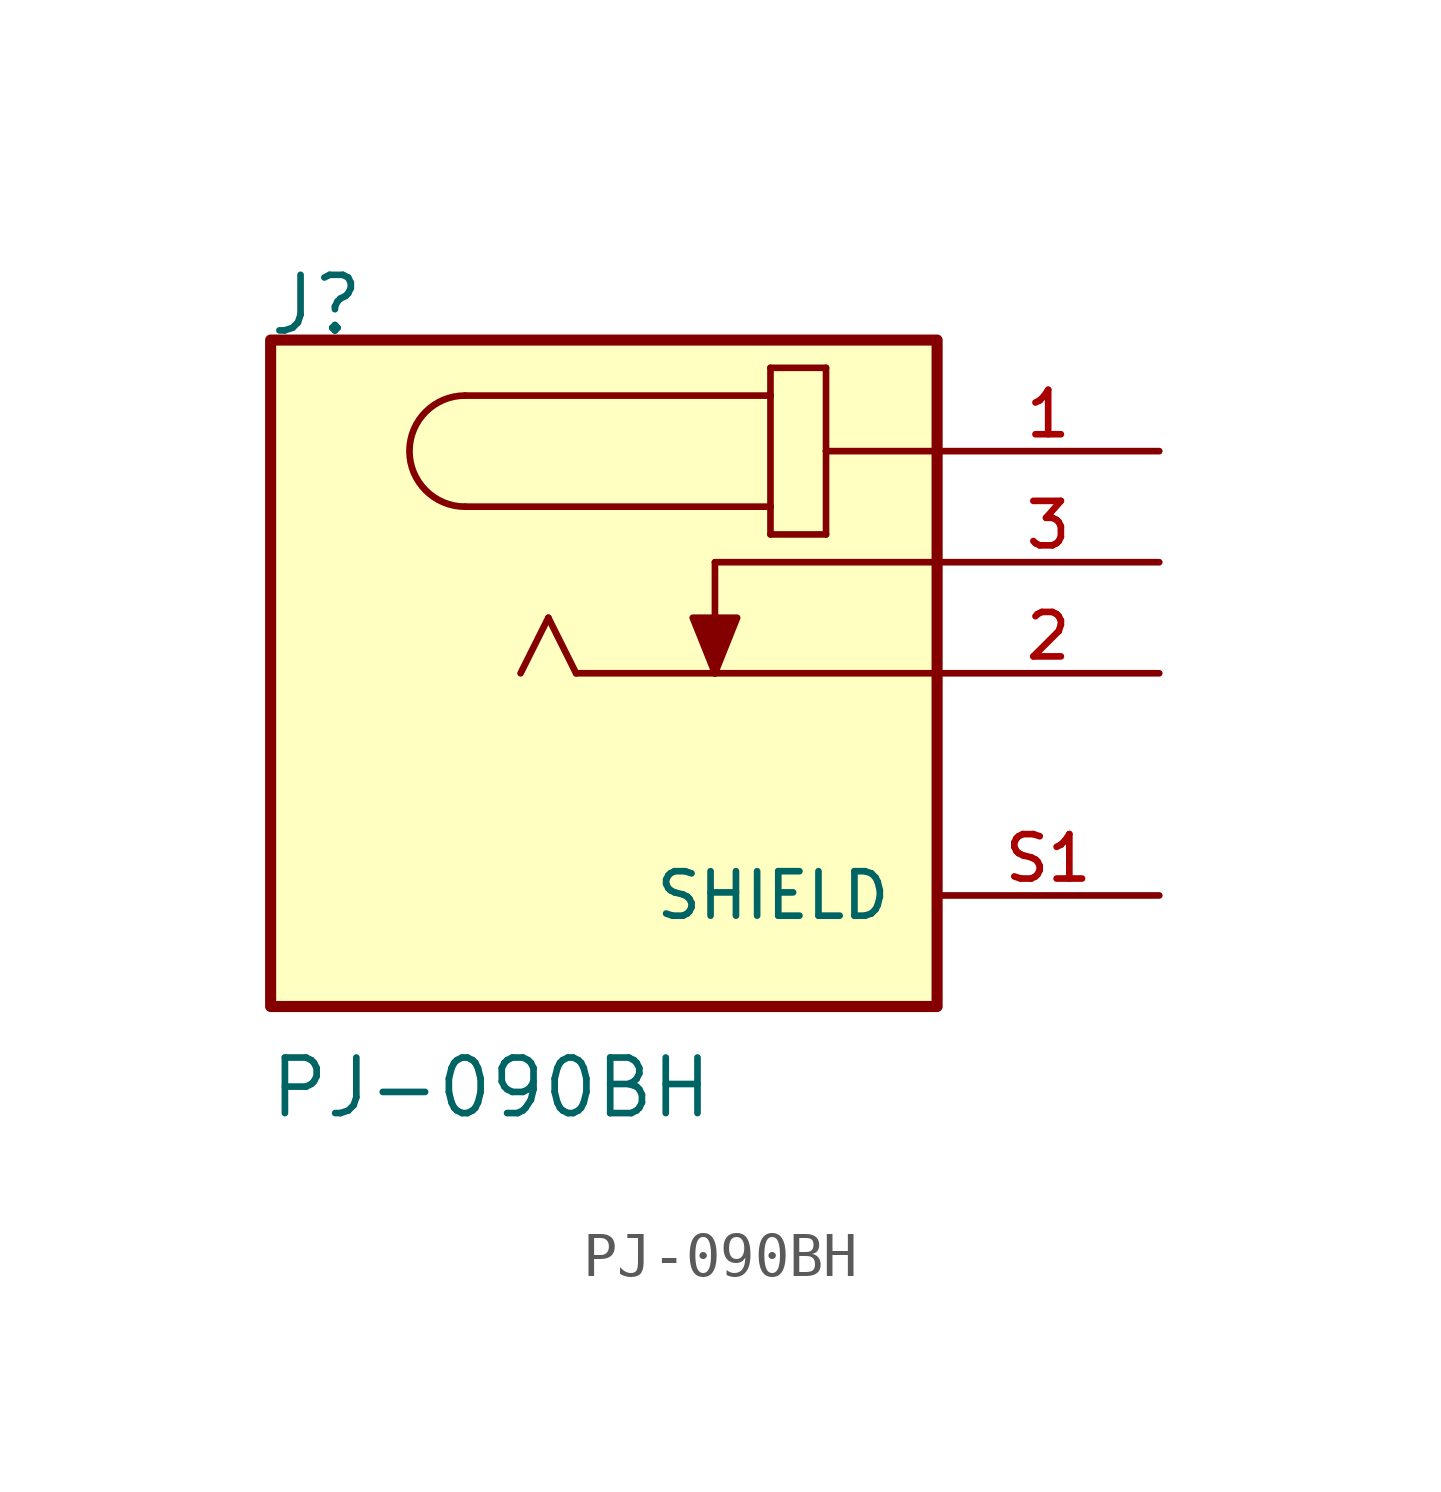
<source format=kicad_sym>
(kicad_symbol_lib
  (version 20211014)
  (generator kicad_symbol_editor)
  (symbol "PJ-090BH"
    (pin_names
      (offset 1.016))
    (property "Reference" "J"
      (at -7.701 7.678 0)
      (effects (font (size 1.27 1.27)) (justify bottom left)))
    (property "Value" "PJ-090BH"
      (at -7.696 -10.22 0)
      (effects (font (size 1.27 1.27)) (justify bottom left)))
    (symbol "PJ-090BH_0_0"
      (arc (start -3.175 6.35) (mid -4.445 5.08) (end -3.175 3.81) (stroke (width 0.1524) (type default) (color 0 0 0 0)) (fill (type none)))
      (polyline (pts (xy -3.175 6.35) (xy 3.81 6.35)) (stroke (width 0.152)))
      (polyline (pts (xy 3.81 6.35) (xy 3.81 3.81)) (stroke (width 0.152)))
      (polyline (pts (xy 3.81 3.81) (xy -3.175 3.81)) (stroke (width 0.152)))
      (polyline (pts (xy 3.81 3.81) (xy 3.81 3.175)) (stroke (width 0.152)))
      (polyline (pts (xy 3.81 3.175) (xy 5.08 3.175)) (stroke (width 0.152)))
      (polyline (pts (xy 5.08 3.175) (xy 5.08 5.08)) (stroke (width 0.152)))
      (polyline (pts (xy 5.08 5.08) (xy 5.08 6.985)) (stroke (width 0.152)))
      (polyline (pts (xy 5.08 6.985) (xy 3.81 6.985)) (stroke (width 0.152)))
      (polyline (pts (xy 3.81 6.985) (xy 3.81 6.35)) (stroke (width 0.152)))
      (polyline (pts (xy 2.54 0.0) (xy -0.635 0.0)) (stroke (width 0.152)))
      (polyline (pts (xy -0.635 0.0) (xy -1.27 1.27)) (stroke (width 0.152)))
      (polyline (pts (xy -1.27 1.27) (xy -1.905 0.0)) (stroke (width 0.152)))
      (polyline (pts (xy 2.54 2.54) (xy 2.54 0.0)) (stroke (width 0.152)))
      (polyline (pts (xy 2.54 0.0) (xy 2.032 1.27) (xy 3.048 1.27) (xy 2.54 0.0)) (stroke (width 0.152)) (fill (type outline)))
      (polyline (pts (xy 2.54 0.0) (xy 7.62 0.0)) (stroke (width 0.152)))
      (polyline (pts (xy 2.54 2.54) (xy 7.62 2.54)) (stroke (width 0.152)))
      (polyline (pts (xy 5.08 5.08) (xy 7.62 5.08)) (stroke (width 0.152)))
      (rectangle (start -7.62 -7.62) (end 7.62 7.62) (stroke (width 0.254)) (fill (type background)))
      (pin passive line (at 12.7 5.08 180.0) (length 5.08) (name "~" (effects (font (size 1.016 1.016)))) (number "1" (effects (font (size 1.016 1.016)))))
      (pin passive line (at 12.7 2.54 180.0) (length 5.08) (name "~" (effects (font (size 1.016 1.016)))) (number "3" (effects (font (size 1.016 1.016)))))
      (pin passive line (at 12.7 0.0 180.0) (length 5.08) (name "~" (effects (font (size 1.016 1.016)))) (number "2" (effects (font (size 1.016 1.016)))))
      (pin passive line (at 12.7 -5.08 180.0) (length 5.08) (name "SHIELD" (effects (font (size 1.016 1.016)))) (number "S1" (effects (font (size 1.016 1.016))))))))
</source>
